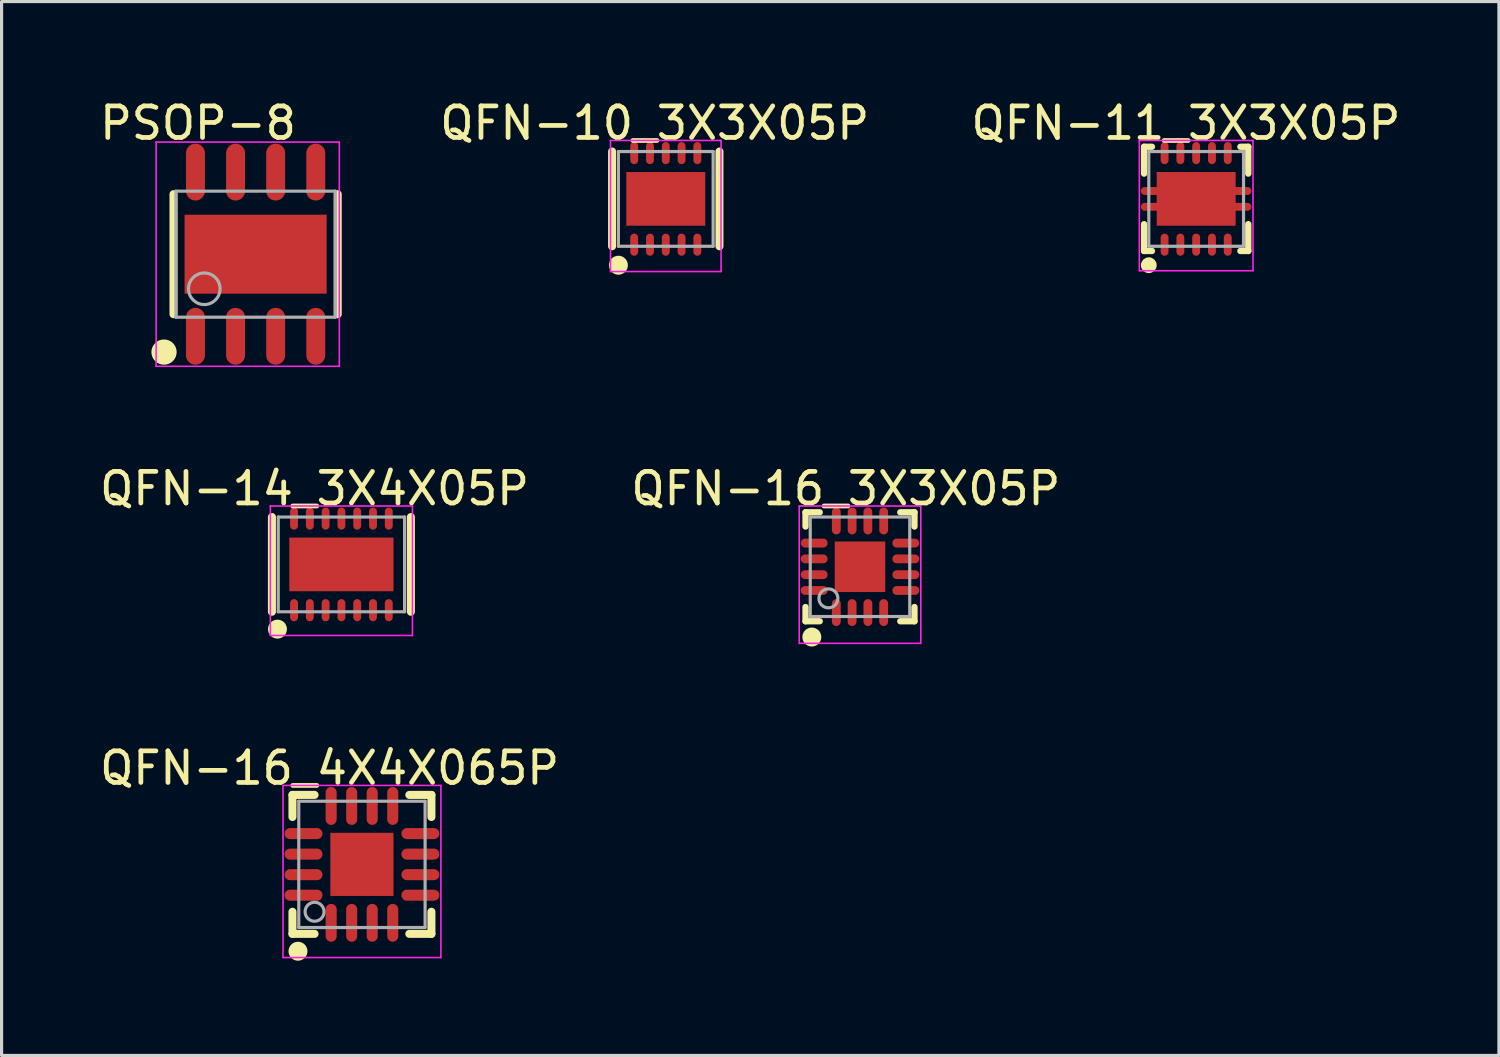
<source format=kicad_pcb>
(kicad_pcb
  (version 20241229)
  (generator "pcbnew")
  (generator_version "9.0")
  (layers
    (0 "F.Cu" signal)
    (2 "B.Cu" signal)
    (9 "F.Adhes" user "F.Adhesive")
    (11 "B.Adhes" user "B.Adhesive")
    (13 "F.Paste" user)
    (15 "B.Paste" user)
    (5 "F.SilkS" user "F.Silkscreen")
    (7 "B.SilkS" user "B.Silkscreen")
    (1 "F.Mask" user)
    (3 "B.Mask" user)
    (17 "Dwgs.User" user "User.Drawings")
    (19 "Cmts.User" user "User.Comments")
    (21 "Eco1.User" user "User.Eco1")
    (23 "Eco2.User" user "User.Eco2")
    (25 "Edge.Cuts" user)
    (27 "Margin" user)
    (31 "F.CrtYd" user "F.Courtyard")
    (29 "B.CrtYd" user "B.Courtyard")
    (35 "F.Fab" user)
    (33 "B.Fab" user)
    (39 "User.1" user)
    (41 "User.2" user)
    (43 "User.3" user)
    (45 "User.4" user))
  (footprint "QFN-14_3X4X05P"
    (layer "F.Cu")
    (at 7.761 14.822)
    (property "Reference" "QFN-14_3X4X05P" (at -0.851 -2.4 0) (layer "F.SilkS") (effects (font (size 1 1) (thickness 0.15))))
    (attr through_hole)
    (fp_line (start -2.2 1.5) (end -2.2 -1.5) (stroke (width 0.254) (type solid)) (layer "F.SilkS"))
    (fp_line (start 2.2 1.5) (end 2.2 -1.5) (stroke (width 0.254) (type solid)) (layer "F.SilkS"))
    (fp_circle (center -2.025 2.05) (end -1.875 2.05) (stroke (width 0.3) (type solid)) (fill no) (layer "F.SilkS"))
    (fp_line (start -2.25 -1.85) (end 2.25 -1.85) (stroke (width 0.05) (type solid)) (layer "F.CrtYd"))
    (fp_line (start -2.25 2.25) (end -2.25 -1.85) (stroke (width 0.05) (type solid)) (layer "F.CrtYd"))
    (fp_line (start 2.25 -1.85) (end 2.25 2.25) (stroke (width 0.05) (type solid)) (layer "F.CrtYd"))
    (fp_line (start 2.25 2.25) (end -2.25 2.25) (stroke (width 0.05) (type solid)) (layer "F.CrtYd"))
    (fp_line (start -2 -1.5) (end 2 -1.5) (stroke (width 0.1) (type solid)) (layer "F.Fab"))
    (fp_line (start -2 1.5) (end -2 -1.5) (stroke (width 0.1) (type solid)) (layer "F.Fab"))
    (fp_line (start -2 1.5) (end 2 1.5) (stroke (width 0.1) (type solid)) (layer "F.Fab"))
    (fp_line (start 2 1.5) (end 2 -1.5) (stroke (width 0.1) (type solid)) (layer "F.Fab"))
    (pad "0" smd rect (at 0 0 90) (size 1.7 3.3) (layers "F.Cu" "F.Mask" "F.Paste"))
    (pad "1" smd oval (at -1.5 1.45) (size 0.25 0.7) (layers "F.Cu" "F.Mask" "F.Paste"))
    (pad "2" smd oval (at -1 1.45) (size 0.25 0.7) (layers "F.Cu" "F.Mask" "F.Paste"))
    (pad "3" smd oval (at -0.5 1.45) (size 0.25 0.7) (layers "F.Cu" "F.Mask" "F.Paste"))
    (pad "4" smd oval (at 0 1.45) (size 0.25 0.7) (layers "F.Cu" "F.Mask" "F.Paste"))
    (pad "5" smd oval (at 0.5 1.45) (size 0.25 0.7) (layers "F.Cu" "F.Mask" "F.Paste"))
    (pad "6" smd oval (at 1 1.45) (size 0.25 0.7) (layers "F.Cu" "F.Mask" "F.Paste"))
    (pad "7" smd oval (at 1.5 1.45) (size 0.25 0.7) (layers "F.Cu" "F.Mask" "F.Paste"))
    (pad "8" smd oval (at 1.5 -1.45) (size 0.25 0.7) (layers "F.Cu" "F.Mask" "F.Paste"))
    (pad "9" smd oval (at 1 -1.45) (size 0.25 0.7) (layers "F.Cu" "F.Mask" "F.Paste"))
    (pad "10" smd oval (at 0.5 -1.45 180) (size 0.25 0.7) (layers "F.Cu" "F.Mask" "F.Paste"))
    (pad "11" smd oval (at 0 -1.45 180) (size 0.25 0.7) (layers "F.Cu" "F.Mask" "F.Paste"))
    (pad "12" smd oval (at -0.5 -1.45 180) (size 0.25 0.7) (layers "F.Cu" "F.Mask" "F.Paste"))
    (pad "13" smd oval (at -1 -1.45 180) (size 0.25 0.7) (layers "F.Cu" "F.Mask" "F.Paste"))
    (pad "14" smd oval (at -1.5 -1.45 180) (size 0.25 0.7) (layers "F.Cu" "F.Mask" "F.Paste")))
  (footprint "QFN-16_4X4X065P"
    (layer "F.Cu")
    (at 8.411 24.321)
    (property "Reference" "QFN-16_4X4X065P" (at -1.024 -3.05 0) (layer "F.SilkS") (effects (font (size 1 1) (thickness 0.15))))
    (attr through_hole)
    (fp_line (start -2.2 -2.2) (end -1.5 -2.2) (stroke (width 0.254) (type solid)) (layer "F.SilkS"))
    (fp_line (start -2.2 -1.5) (end -2.2 -2.2) (stroke (width 0.254) (type solid)) (layer "F.SilkS"))
    (fp_line (start -2.2 2.2) (end -2.2 1.5) (stroke (width 0.254) (type solid)) (layer "F.SilkS"))
    (fp_line (start -2.2 2.2) (end -1.5 2.2) (stroke (width 0.254) (type solid)) (layer "F.SilkS"))
    (fp_line (start 1.5 -2.2) (end 2.2 -2.2) (stroke (width 0.254) (type solid)) (layer "F.SilkS"))
    (fp_line (start 1.5 2.2) (end 2.2 2.2) (stroke (width 0.254) (type solid)) (layer "F.SilkS"))
    (fp_line (start 2.2 -1.5) (end 2.2 -2.2) (stroke (width 0.254) (type solid)) (layer "F.SilkS"))
    (fp_line (start 2.2 2.2) (end 2.2 1.5) (stroke (width 0.254) (type solid)) (layer "F.SilkS"))
    (fp_circle (center -2.025 2.75) (end -1.875 2.75) (stroke (width 0.3) (type solid)) (fill no) (layer "F.SilkS"))
    (fp_line (start -2.5 -2.5) (end 2.5 -2.5) (stroke (width 0.05) (type solid)) (layer "F.CrtYd"))
    (fp_line (start -2.5 2.95) (end -2.5 -2.5) (stroke (width 0.05) (type solid)) (layer "F.CrtYd"))
    (fp_line (start 2.5 -2.5) (end 2.5 2.95) (stroke (width 0.05) (type solid)) (layer "F.CrtYd"))
    (fp_line (start 2.5 2.95) (end -2.5 2.95) (stroke (width 0.05) (type solid)) (layer "F.CrtYd"))
    (fp_line (start -2 -2) (end 2 -2) (stroke (width 0.1) (type solid)) (layer "F.Fab"))
    (fp_line (start -2 2) (end -2 -2) (stroke (width 0.1) (type solid)) (layer "F.Fab"))
    (fp_line (start -2 2) (end 2 2) (stroke (width 0.1) (type solid)) (layer "F.Fab"))
    (fp_line (start 2 2) (end 2 -2) (stroke (width 0.1) (type solid)) (layer "F.Fab"))
    (fp_circle (center -1.5 1.5) (end -1.2 1.5) (stroke (width 0.1) (type solid)) (fill no) (layer "F.Fab"))
    (pad "0" smd rect (at 0 0 90) (size 2 2) (layers "F.Cu" "F.Mask" "F.Paste"))
    (pad "1" smd oval (at -0.975 1.85) (size 0.35 1.2) (layers "F.Cu" "F.Mask" "F.Paste"))
    (pad "2" smd oval (at -0.325 1.85) (size 0.35 1.2) (layers "F.Cu" "F.Mask" "F.Paste"))
    (pad "3" smd oval (at 0.325 1.85) (size 0.35 1.2) (layers "F.Cu" "F.Mask" "F.Paste"))
    (pad "4" smd oval (at 0.975 1.85) (size 0.35 1.2) (layers "F.Cu" "F.Mask" "F.Paste"))
    (pad "5" smd oval (at 1.85 0.975 90) (size 0.35 1.2) (layers "F.Cu" "F.Mask" "F.Paste"))
    (pad "6" smd oval (at 1.85 0.325 90) (size 0.35 1.2) (layers "F.Cu" "F.Mask" "F.Paste"))
    (pad "7" smd oval (at 1.85 -0.325 90) (size 0.35 1.2) (layers "F.Cu" "F.Mask" "F.Paste"))
    (pad "8" smd oval (at 1.85 -0.975 90) (size 0.35 1.2) (layers "F.Cu" "F.Mask" "F.Paste"))
    (pad "9" smd oval (at 0.975 -1.85) (size 0.35 1.2) (layers "F.Cu" "F.Mask" "F.Paste"))
    (pad "10" smd oval (at 0.325 -1.85) (size 0.35 1.2) (layers "F.Cu" "F.Mask" "F.Paste"))
    (pad "11" smd oval (at -0.325 -1.85) (size 0.35 1.2) (layers "F.Cu" "F.Mask" "F.Paste"))
    (pad "12" smd oval (at -0.975 -1.85) (size 0.35 1.2) (layers "F.Cu" "F.Mask" "F.Paste"))
    (pad "13" smd oval (at -1.85 -0.975 90) (size 0.35 1.2) (layers "F.Cu" "F.Mask" "F.Paste"))
    (pad "14" smd oval (at -1.85 -0.325 90) (size 0.35 1.2) (layers "F.Cu" "F.Mask" "F.Paste"))
    (pad "15" smd oval (at -1.85 0.325 90) (size 0.35 1.2) (layers "F.Cu" "F.Mask" "F.Paste"))
    (pad "16" smd oval (at -1.85 0.975 90) (size 0.35 1.2) (layers "F.Cu" "F.Mask" "F.Paste")))
  (footprint "QFN-10_3X3X05P"
    (layer "F.Cu")
    (at 18.032 3.248)
    (property "Reference" "QFN-10_3X3X05P" (at -0.351 -2.4 0) (layer "F.SilkS") (effects (font (size 1 1) (thickness 0.15))))
    (attr through_hole)
    (fp_line (start -1.7 1.5) (end -1.7 -1.5) (stroke (width 0.254) (type solid)) (layer "F.SilkS"))
    (fp_line (start 1.7 1.5) (end 1.7 -1.5) (stroke (width 0.254) (type solid)) (layer "F.SilkS"))
    (fp_circle (center -1.5 2.1) (end -1.35 2.1) (stroke (width 0.3) (type solid)) (fill no) (layer "F.SilkS"))
    (fp_line (start -1.75 -1.85) (end 1.75 -1.85) (stroke (width 0.05) (type solid)) (layer "F.CrtYd"))
    (fp_line (start -1.75 2.3) (end -1.75 -1.85) (stroke (width 0.05) (type solid)) (layer "F.CrtYd"))
    (fp_line (start 1.75 -1.85) (end 1.75 2.3) (stroke (width 0.05) (type solid)) (layer "F.CrtYd"))
    (fp_line (start 1.75 2.3) (end -1.75 2.3) (stroke (width 0.05) (type solid)) (layer "F.CrtYd"))
    (fp_line (start -1.5 -1.5) (end 1.5 -1.5) (stroke (width 0.1) (type solid)) (layer "F.Fab"))
    (fp_line (start -1.5 1.5) (end -1.5 -1.5) (stroke (width 0.1) (type solid)) (layer "F.Fab"))
    (fp_line (start -1.5 1.5) (end 1.5 1.5) (stroke (width 0.1) (type solid)) (layer "F.Fab"))
    (fp_line (start 1.5 1.5) (end 1.5 -1.5) (stroke (width 0.1) (type solid)) (layer "F.Fab"))
    (pad "0" smd rect (at 0 0 180) (size 2.5 1.7) (layers "F.Cu" "F.Mask" "F.Paste"))
    (pad "1" smd oval (at -1 1.45) (size 0.25 0.7) (layers "F.Cu" "F.Mask" "F.Paste"))
    (pad "2" smd oval (at -0.5 1.45) (size 0.25 0.7) (layers "F.Cu" "F.Mask" "F.Paste"))
    (pad "3" smd oval (at 0 1.45) (size 0.25 0.7) (layers "F.Cu" "F.Mask" "F.Paste"))
    (pad "4" smd oval (at 0.5 1.45) (size 0.25 0.7) (layers "F.Cu" "F.Mask" "F.Paste"))
    (pad "5" smd oval (at 1 1.45) (size 0.25 0.7) (layers "F.Cu" "F.Mask" "F.Paste"))
    (pad "6" smd oval (at 1 -1.45 180) (size 0.25 0.7) (layers "F.Cu" "F.Mask" "F.Paste"))
    (pad "7" smd oval (at 0.5 -1.45 180) (size 0.25 0.7) (layers "F.Cu" "F.Mask" "F.Paste"))
    (pad "8" smd oval (at 0 -1.45 180) (size 0.25 0.7) (layers "F.Cu" "F.Mask" "F.Paste"))
    (pad "9" smd oval (at -0.5 -1.45 180) (size 0.25 0.7) (layers "F.Cu" "F.Mask" "F.Paste"))
    (pad "10" smd oval (at -1 -1.45 180) (size 0.25 0.7) (layers "F.Cu" "F.Mask" "F.Paste")))
  (footprint "PSOP-8"
    (layer "F.Cu")
    (at 5.044 4.999)
    (property "Reference" "PSOP-8" (at -1.824 -4.151 0) (layer "F.SilkS") (effects (font (size 1 1) (thickness 0.15))))
    (attr through_hole)
    (fp_line (start -2.6 1.9) (end -2.6 -1.9) (stroke (width 0.254) (type solid)) (layer "F.SilkS"))
    (fp_line (start 2.6 1.9) (end 2.6 -1.9) (stroke (width 0.254) (type solid)) (layer "F.SilkS"))
    (fp_circle (center -2.9 3.1) (end -2.7 3.1) (stroke (width 0.4) (type solid)) (fill no) (layer "F.SilkS"))
    (fp_line (start -3.15 -3.55) (end 2.65 -3.55) (stroke (width 0.05) (type solid)) (layer "F.CrtYd"))
    (fp_line (start -3.15 3.55) (end -3.15 -3.55) (stroke (width 0.05) (type solid)) (layer "F.CrtYd"))
    (fp_line (start 2.65 -3.55) (end 2.65 3.55) (stroke (width 0.05) (type solid)) (layer "F.CrtYd"))
    (fp_line (start 2.65 3.55) (end -3.15 3.55) (stroke (width 0.05) (type solid)) (layer "F.CrtYd"))
    (fp_line (start -2.525 -1.995) (end 2.525 -1.995) (stroke (width 0.1) (type solid)) (layer "F.Fab"))
    (fp_line (start -2.525 1.995) (end -2.525 -1.995) (stroke (width 0.1) (type solid)) (layer "F.Fab"))
    (fp_line (start -2.525 1.995) (end 2.525 1.995) (stroke (width 0.1) (type solid)) (layer "F.Fab"))
    (fp_line (start 2.525 1.995) (end 2.525 -1.995) (stroke (width 0.1) (type solid)) (layer "F.Fab"))
    (fp_circle (center -1.625 1.095) (end -1.125 1.095) (stroke (width 0.1) (type solid)) (fill no) (layer "F.Fab"))
    (pad "0" smd rect (at 0 0 270) (size 2.5 4.5) (layers "F.Cu" "F.Mask" "F.Paste"))
    (pad "1" smd oval (at -1.905 2.6 180) (size 0.6 1.8) (layers "F.Cu" "F.Mask" "F.Paste"))
    (pad "2" smd oval (at -0.635 2.6 180) (size 0.6 1.8) (layers "F.Cu" "F.Mask" "F.Paste"))
    (pad "3" smd oval (at 0.635 2.6 180) (size 0.6 1.8) (layers "F.Cu" "F.Mask" "F.Paste"))
    (pad "4" smd oval (at 1.905 2.6 180) (size 0.6 1.8) (layers "F.Cu" "F.Mask" "F.Paste"))
    (pad "5" smd oval (at 1.905 -2.6 180) (size 0.6 1.8) (layers "F.Cu" "F.Mask" "F.Paste"))
    (pad "6" smd oval (at 0.635 -2.6 180) (size 0.6 1.8) (layers "F.Cu" "F.Mask" "F.Paste"))
    (pad "7" smd oval (at -0.635 -2.6 180) (size 0.6 1.8) (layers "F.Cu" "F.Mask" "F.Paste"))
    (pad "8" smd oval (at -1.905 -2.6 180) (size 0.6 1.8) (layers "F.Cu" "F.Mask" "F.Paste")))
  (footprint "QFN-11_3X3X05P"
    (layer "F.Cu")
    (at 34.827 3.248)
    (property "Reference" "QFN-11_3X3X05P" (at -0.324 -2.4 0) (layer "F.SilkS") (effects (font (size 1 1) (thickness 0.15))))
    (attr through_hole)
    (fp_line (start -1.65 -1.65) (end -1.4 -1.65) (stroke (width 0.2) (type solid)) (layer "F.SilkS"))
    (fp_line (start -1.65 -0.8) (end -1.65 -1.65) (stroke (width 0.2) (type solid)) (layer "F.SilkS"))
    (fp_line (start -1.65 1.65) (end -1.65 0.8) (stroke (width 0.2) (type solid)) (layer "F.SilkS"))
    (fp_line (start -1.65 1.65) (end -1.4 1.65) (stroke (width 0.2) (type solid)) (layer "F.SilkS"))
    (fp_line (start 1.4 -1.65) (end 1.65 -1.65) (stroke (width 0.2) (type solid)) (layer "F.SilkS"))
    (fp_line (start 1.4 1.65) (end 1.65 1.65) (stroke (width 0.2) (type solid)) (layer "F.SilkS"))
    (fp_line (start 1.65 -0.8) (end 1.65 -1.65) (stroke (width 0.2) (type solid)) (layer "F.SilkS"))
    (fp_line (start 1.65 1.65) (end 1.65 0.8) (stroke (width 0.2) (type solid)) (layer "F.SilkS"))
    (fp_circle (center -1.5 2.1) (end -1.375 2.1) (stroke (width 0.25) (type solid)) (fill no) (layer "F.SilkS"))
    (fp_line (start -1.8 -1.85) (end 1.8 -1.85) (stroke (width 0.05) (type solid)) (layer "F.CrtYd"))
    (fp_line (start -1.8 2.275) (end -1.8 -1.85) (stroke (width 0.05) (type solid)) (layer "F.CrtYd"))
    (fp_line (start 1.8 -1.85) (end 1.8 2.275) (stroke (width 0.05) (type solid)) (layer "F.CrtYd"))
    (fp_line (start 1.8 2.275) (end -1.8 2.275) (stroke (width 0.05) (type solid)) (layer "F.CrtYd"))
    (fp_line (start -1.5 -1.5) (end 1.5 -1.5) (stroke (width 0.1) (type solid)) (layer "F.Fab"))
    (fp_line (start -1.5 1.5) (end -1.5 -1.5) (stroke (width 0.1) (type solid)) (layer "F.Fab"))
    (fp_line (start -1.5 1.5) (end 1.5 1.5) (stroke (width 0.1) (type solid)) (layer "F.Fab"))
    (fp_line (start 1.5 1.5) (end 1.5 -1.5) (stroke (width 0.1) (type solid)) (layer "F.Fab"))
    (pad "1" smd oval (at -1 1.45) (size 0.25 0.7) (layers "F.Cu" "F.Mask" "F.Paste"))
    (pad "2" smd oval (at -0.5 1.45) (size 0.25 0.7) (layers "F.Cu" "F.Mask" "F.Paste"))
    (pad "3" smd oval (at 0 1.45) (size 0.25 0.7) (layers "F.Cu" "F.Mask" "F.Paste"))
    (pad "4" smd oval (at 0.5 1.45) (size 0.25 0.7) (layers "F.Cu" "F.Mask" "F.Paste"))
    (pad "5" smd oval (at 1 1.45) (size 0.25 0.7) (layers "F.Cu" "F.Mask" "F.Paste"))
    (pad "6" smd oval (at 1 -1.45 180) (size 0.25 0.7) (layers "F.Cu" "F.Mask" "F.Paste"))
    (pad "7" smd oval (at 0.5 -1.45 180) (size 0.25 0.7) (layers "F.Cu" "F.Mask" "F.Paste"))
    (pad "8" smd oval (at 0 -1.45 180) (size 0.25 0.7) (layers "F.Cu" "F.Mask" "F.Paste"))
    (pad "9" smd oval (at -0.5 -1.45 180) (size 0.25 0.7) (layers "F.Cu" "F.Mask" "F.Paste"))
    (pad "10" smd oval (at -1 -1.45 180) (size 0.25 0.7) (layers "F.Cu" "F.Mask" "F.Paste"))
    (pad "11" smd oval (at -1.4 -0.25 90) (size 0.25 0.7) (layers "F.Cu" "F.Mask" "F.Paste"))
    (pad "11" smd oval (at -1.4 0.25 270) (size 0.25 0.7) (layers "F.Cu" "F.Mask" "F.Paste"))
    (pad "11" smd rect (at 0 0 180) (size 2.5 1.7) (layers "F.Cu" "F.Mask" "F.Paste"))
    (pad "11" smd oval (at 1.4 -0.25 90) (size 0.25 0.7) (layers "F.Cu" "F.Mask" "F.Paste"))
    (pad "11" smd oval (at 1.4 0.25 270) (size 0.25 0.7) (layers "F.Cu" "F.Mask" "F.Paste")))
  (footprint "QFN-16_3X3X05P"
    (layer "F.Cu")
    (at 24.182 14.897)
    (property "Reference" "QFN-16_3X3X05P" (at -0.449 -2.475 0) (layer "F.SilkS") (effects (font (size 1 1) (thickness 0.15))))
    (attr through_hole)
    (fp_line (start -1.725 -1.725) (end -1.275 -1.725) (stroke (width 0.2) (type solid)) (layer "F.SilkS"))
    (fp_line (start -1.725 -1.275) (end -1.725 -1.725) (stroke (width 0.2) (type solid)) (layer "F.SilkS"))
    (fp_line (start -1.725 1.725) (end -1.725 1.275) (stroke (width 0.2) (type solid)) (layer "F.SilkS"))
    (fp_line (start -1.725 1.725) (end -1.275 1.725) (stroke (width 0.2) (type solid)) (layer "F.SilkS"))
    (fp_line (start 1.275 -1.725) (end 1.725 -1.725) (stroke (width 0.2) (type solid)) (layer "F.SilkS"))
    (fp_line (start 1.275 1.725) (end 1.725 1.725) (stroke (width 0.2) (type solid)) (layer "F.SilkS"))
    (fp_line (start 1.725 -1.275) (end 1.725 -1.725) (stroke (width 0.2) (type solid)) (layer "F.SilkS"))
    (fp_line (start 1.725 1.725) (end 1.725 1.275) (stroke (width 0.2) (type solid)) (layer "F.SilkS"))
    (fp_circle (center -1.525 2.225) (end -1.375 2.225) (stroke (width 0.3) (type solid)) (fill no) (layer "F.SilkS"))
    (fp_line (start -1.925 -1.925) (end 1.925 -1.925) (stroke (width 0.05) (type solid)) (layer "F.CrtYd"))
    (fp_line (start -1.925 2.425) (end -1.925 -1.925) (stroke (width 0.05) (type solid)) (layer "F.CrtYd"))
    (fp_line (start 1.925 -1.925) (end 1.925 2.425) (stroke (width 0.05) (type solid)) (layer "F.CrtYd"))
    (fp_line (start 1.925 2.425) (end -1.925 2.425) (stroke (width 0.05) (type solid)) (layer "F.CrtYd"))
    (fp_line (start -1.575 -1.575) (end 1.575 -1.575) (stroke (width 0.1) (type solid)) (layer "F.Fab"))
    (fp_line (start -1.575 1.575) (end -1.575 -1.575) (stroke (width 0.1) (type solid)) (layer "F.Fab"))
    (fp_line (start -1.575 1.575) (end 1.575 1.575) (stroke (width 0.1) (type solid)) (layer "F.Fab"))
    (fp_line (start 1.575 1.575) (end 1.575 -1.575) (stroke (width 0.1) (type solid)) (layer "F.Fab"))
    (fp_circle (center -1 1) (end -0.7 1) (stroke (width 0.1) (type solid)) (fill no) (layer "F.Fab"))
    (pad "0" smd rect (at 0 0 90) (size 1.6 1.6) (layers "F.Cu" "F.Mask" "F.Paste"))
    (pad "1" smd oval (at -0.75 1.45 180) (size 0.28 0.85) (layers "F.Cu" "F.Mask" "F.Paste"))
    (pad "2" smd oval (at -0.25 1.45 180) (size 0.28 0.85) (layers "F.Cu" "F.Mask" "F.Paste"))
    (pad "3" smd oval (at 0.25 1.45 180) (size 0.28 0.85) (layers "F.Cu" "F.Mask" "F.Paste"))
    (pad "4" smd oval (at 0.75 1.45 180) (size 0.28 0.85) (layers "F.Cu" "F.Mask" "F.Paste"))
    (pad "5" smd oval (at 1.45 0.75 90) (size 0.28 0.85) (layers "F.Cu" "F.Mask" "F.Paste"))
    (pad "6" smd oval (at 1.45 0.25 90) (size 0.28 0.85) (layers "F.Cu" "F.Mask" "F.Paste"))
    (pad "7" smd oval (at 1.45 -0.25 90) (size 0.28 0.85) (layers "F.Cu" "F.Mask" "F.Paste"))
    (pad "8" smd oval (at 1.45 -0.75 90) (size 0.28 0.85) (layers "F.Cu" "F.Mask" "F.Paste"))
    (pad "9" smd oval (at 0.75 -1.45 180) (size 0.28 0.85) (layers "F.Cu" "F.Mask" "F.Paste"))
    (pad "10" smd oval (at 0.25 -1.45 180) (size 0.28 0.85) (layers "F.Cu" "F.Mask" "F.Paste"))
    (pad "11" smd oval (at -0.25 -1.45 180) (size 0.28 0.85) (layers "F.Cu" "F.Mask" "F.Paste"))
    (pad "12" smd oval (at -0.75 -1.45 180) (size 0.28 0.85) (layers "F.Cu" "F.Mask" "F.Paste"))
    (pad "13" smd oval (at -1.45 -0.75 90) (size 0.28 0.85) (layers "F.Cu" "F.Mask" "F.Paste"))
    (pad "14" smd oval (at -1.45 -0.25 90) (size 0.28 0.85) (layers "F.Cu" "F.Mask" "F.Paste"))
    (pad "15" smd oval (at -1.45 0.25 90) (size 0.28 0.85) (layers "F.Cu" "F.Mask" "F.Paste"))
    (pad "16" smd oval (at -1.45 0.75 90) (size 0.28 0.85) (layers "F.Cu" "F.Mask" "F.Paste")))
  (gr_rect
    (start -3 -3)
    (end 44.414 30.371)
    (stroke (width 0.1) (type default))
    (fill no)
    (layer "Edge.Cuts")))
</source>
